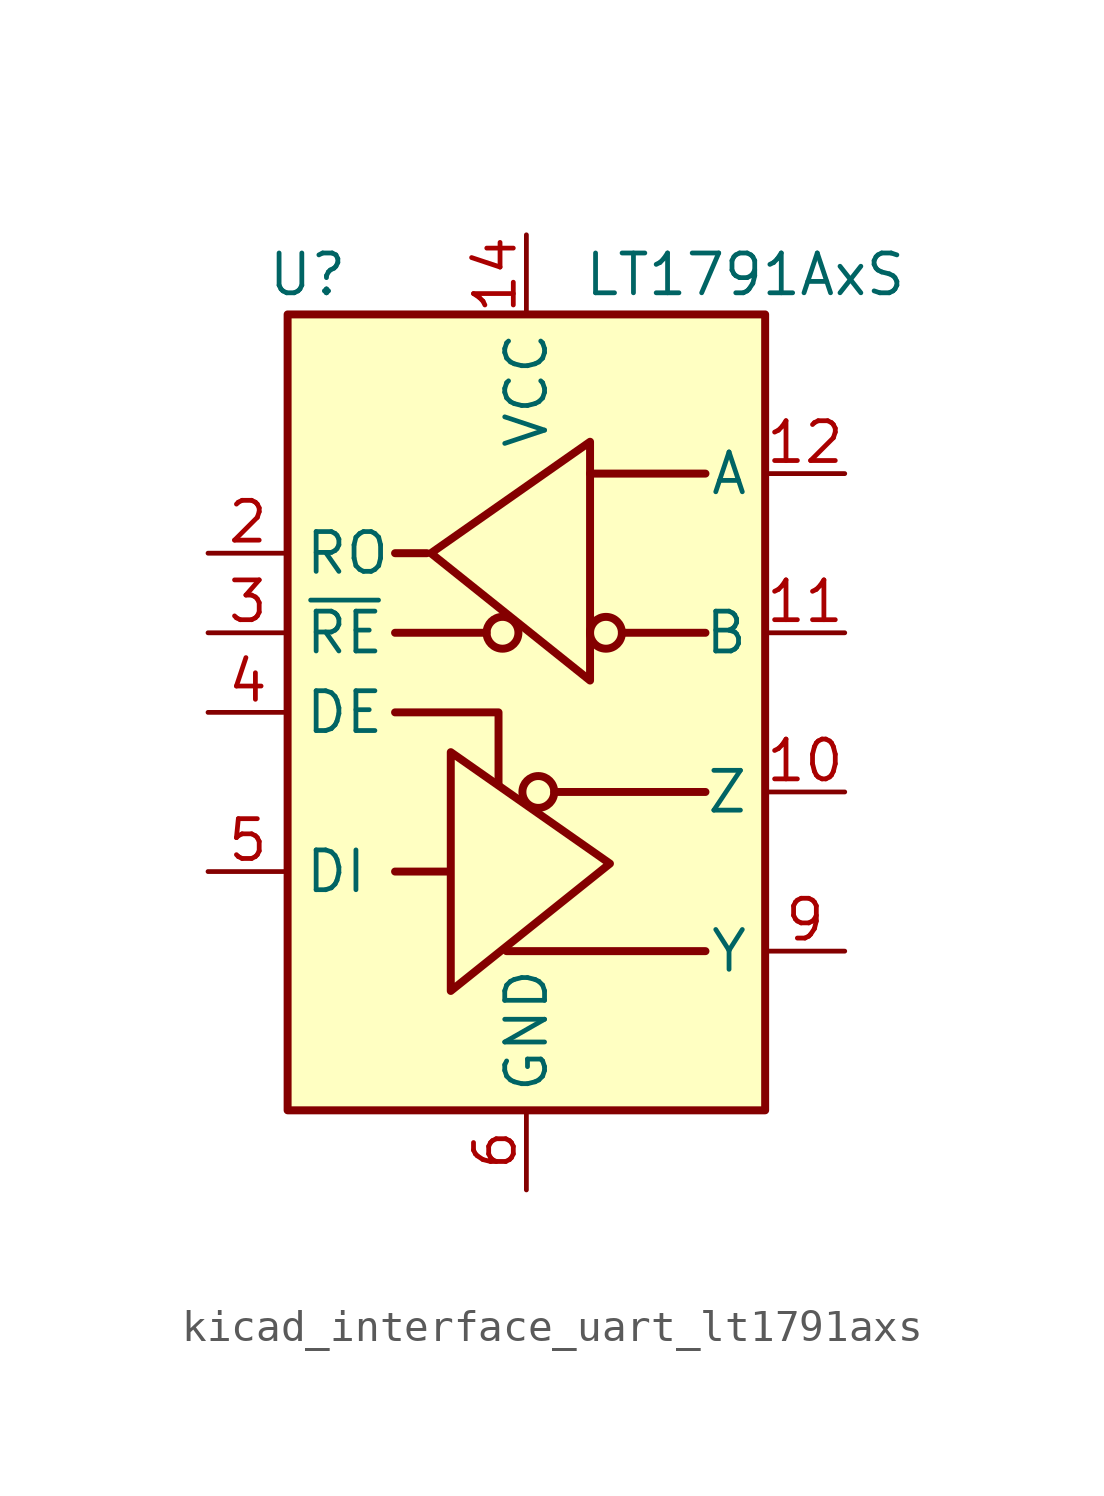
<source format=kicad_sym>
(kicad_symbol_lib
  (version 20220914)
  (generator kicad_symbol_editor)
  (symbol "kicad_interface_uart_lt1791axs"
    (property "Reference" "U"
      (at -6.985 13.97 0)
      (effects (font (size 1.27 1.27))))
    (property "Value" "LT1791AxS"
      (at 6.985 13.97 0)
      (effects (font (size 1.27 1.27))))
    (symbol "kicad_interface_uart_lt1791axs_0_1"
      (rectangle (start -7.62 12.7) (end 7.62 -12.7) (stroke (width 0.254) (type default)) (fill (type background))))
    (symbol "kicad_interface_uart_lt1791axs_1_1"
      (circle (center -0.762 2.54) (radius 0.508) (stroke (width 0.254) (type default)) (fill (type none)))
      (polyline (pts (xy -4.191 2.54) (xy -1.27 2.54)) (stroke (width 0.254) (type default)) (fill (type none)))
      (polyline (pts (xy -2.54 -5.08) (xy -4.191 -5.08)) (stroke (width 0.254) (type default)) (fill (type none)))
      (polyline (pts (xy -0.635 -7.62) (xy 5.715 -7.62)) (stroke (width 0.254) (type default)) (fill (type none)))
      (polyline (pts (xy 0.889 -2.54) (xy 5.715 -2.54)) (stroke (width 0.254) (type default)) (fill (type none)))
      (polyline (pts (xy 2.032 7.62) (xy 5.715 7.62)) (stroke (width 0.254) (type default)) (fill (type none)))
      (polyline (pts (xy 3.048 2.54) (xy 5.715 2.54)) (stroke (width 0.254) (type default)) (fill (type none)))
      (polyline (pts (xy -4.191 0) (xy -0.889 0) (xy -0.889 -2.286)) (stroke (width 0.254) (type default)) (fill (type none)))
      (polyline (pts (xy -3.175 5.08) (xy -4.191 5.08) (xy -4.064 5.08)) (stroke (width 0.254) (type default)) (fill (type none)))
      (polyline (pts (xy -2.413 -5.08) (xy -2.413 -1.27) (xy 2.667 -4.826) (xy -2.413 -8.89) (xy -2.413 -5.08)) (stroke (width 0.254) (type default)) (fill (type none)))
      (polyline (pts (xy 2.032 4.826) (xy 2.032 8.636) (xy -3.048 5.08) (xy 2.032 1.016) (xy 2.032 4.826)) (stroke (width 0.254) (type default)) (fill (type none)))
      (circle (center 0.381 -2.54) (radius 0.508) (stroke (width 0.254) (type default)) (fill (type none)))
      (circle (center 2.54 2.54) (radius 0.508) (stroke (width 0.254) (type default)) (fill (type none)))
      (pin no_connect line (at -7.62 -10.16 0) (length 2.54) hide (name "NC" (effects (font (size 1.27 1.27)))) (number "1" (effects (font (size 1.27 1.27)))))
      (pin output line (at 10.16 -2.54 180) (length 2.54) (name "Z" (effects (font (size 1.27 1.27)))) (number "10" (effects (font (size 1.27 1.27)))))
      (pin input line (at 10.16 2.54 180) (length 2.54) (name "B" (effects (font (size 1.27 1.27)))) (number "11" (effects (font (size 1.27 1.27)))))
      (pin input line (at 10.16 7.62 180) (length 2.54) (name "A" (effects (font (size 1.27 1.27)))) (number "12" (effects (font (size 1.27 1.27)))))
      (pin no_connect line (at -7.62 7.62 0) (length 2.54) hide (name "NC" (effects (font (size 1.27 1.27)))) (number "13" (effects (font (size 1.27 1.27)))))
      (pin power_in line (at 0 15.24 270) (length 2.54) (name "VCC" (effects (font (size 1.27 1.27)))) (number "14" (effects (font (size 1.27 1.27)))))
      (pin output line (at -10.16 5.08 0) (length 2.54) (name "RO" (effects (font (size 1.27 1.27)))) (number "2" (effects (font (size 1.27 1.27)))))
      (pin input line (at -10.16 2.54 0) (length 2.54) (name "~{RE}" (effects (font (size 1.27 1.27)))) (number "3" (effects (font (size 1.27 1.27)))))
      (pin input line (at -10.16 0 0) (length 2.54) (name "DE" (effects (font (size 1.27 1.27)))) (number "4" (effects (font (size 1.27 1.27)))))
      (pin input line (at -10.16 -5.08 0) (length 2.54) (name "DI" (effects (font (size 1.27 1.27)))) (number "5" (effects (font (size 1.27 1.27)))))
      (pin power_in line (at 0 -15.24 90) (length 2.54) (name "GND" (effects (font (size 1.27 1.27)))) (number "6" (effects (font (size 1.27 1.27)))))
      (pin passive line (at 0 -15.24 90) (length 2.54) hide (name "GND" (effects (font (size 1.27 1.27)))) (number "7" (effects (font (size 1.27 1.27)))))
      (pin no_connect line (at -7.62 -7.62 0) (length 2.54) hide (name "NC" (effects (font (size 1.27 1.27)))) (number "8" (effects (font (size 1.27 1.27)))))
      (pin output line (at 10.16 -7.62 180) (length 2.54) (name "Y" (effects (font (size 1.27 1.27)))) (number "9" (effects (font (size 1.27 1.27))))))))
</source>
